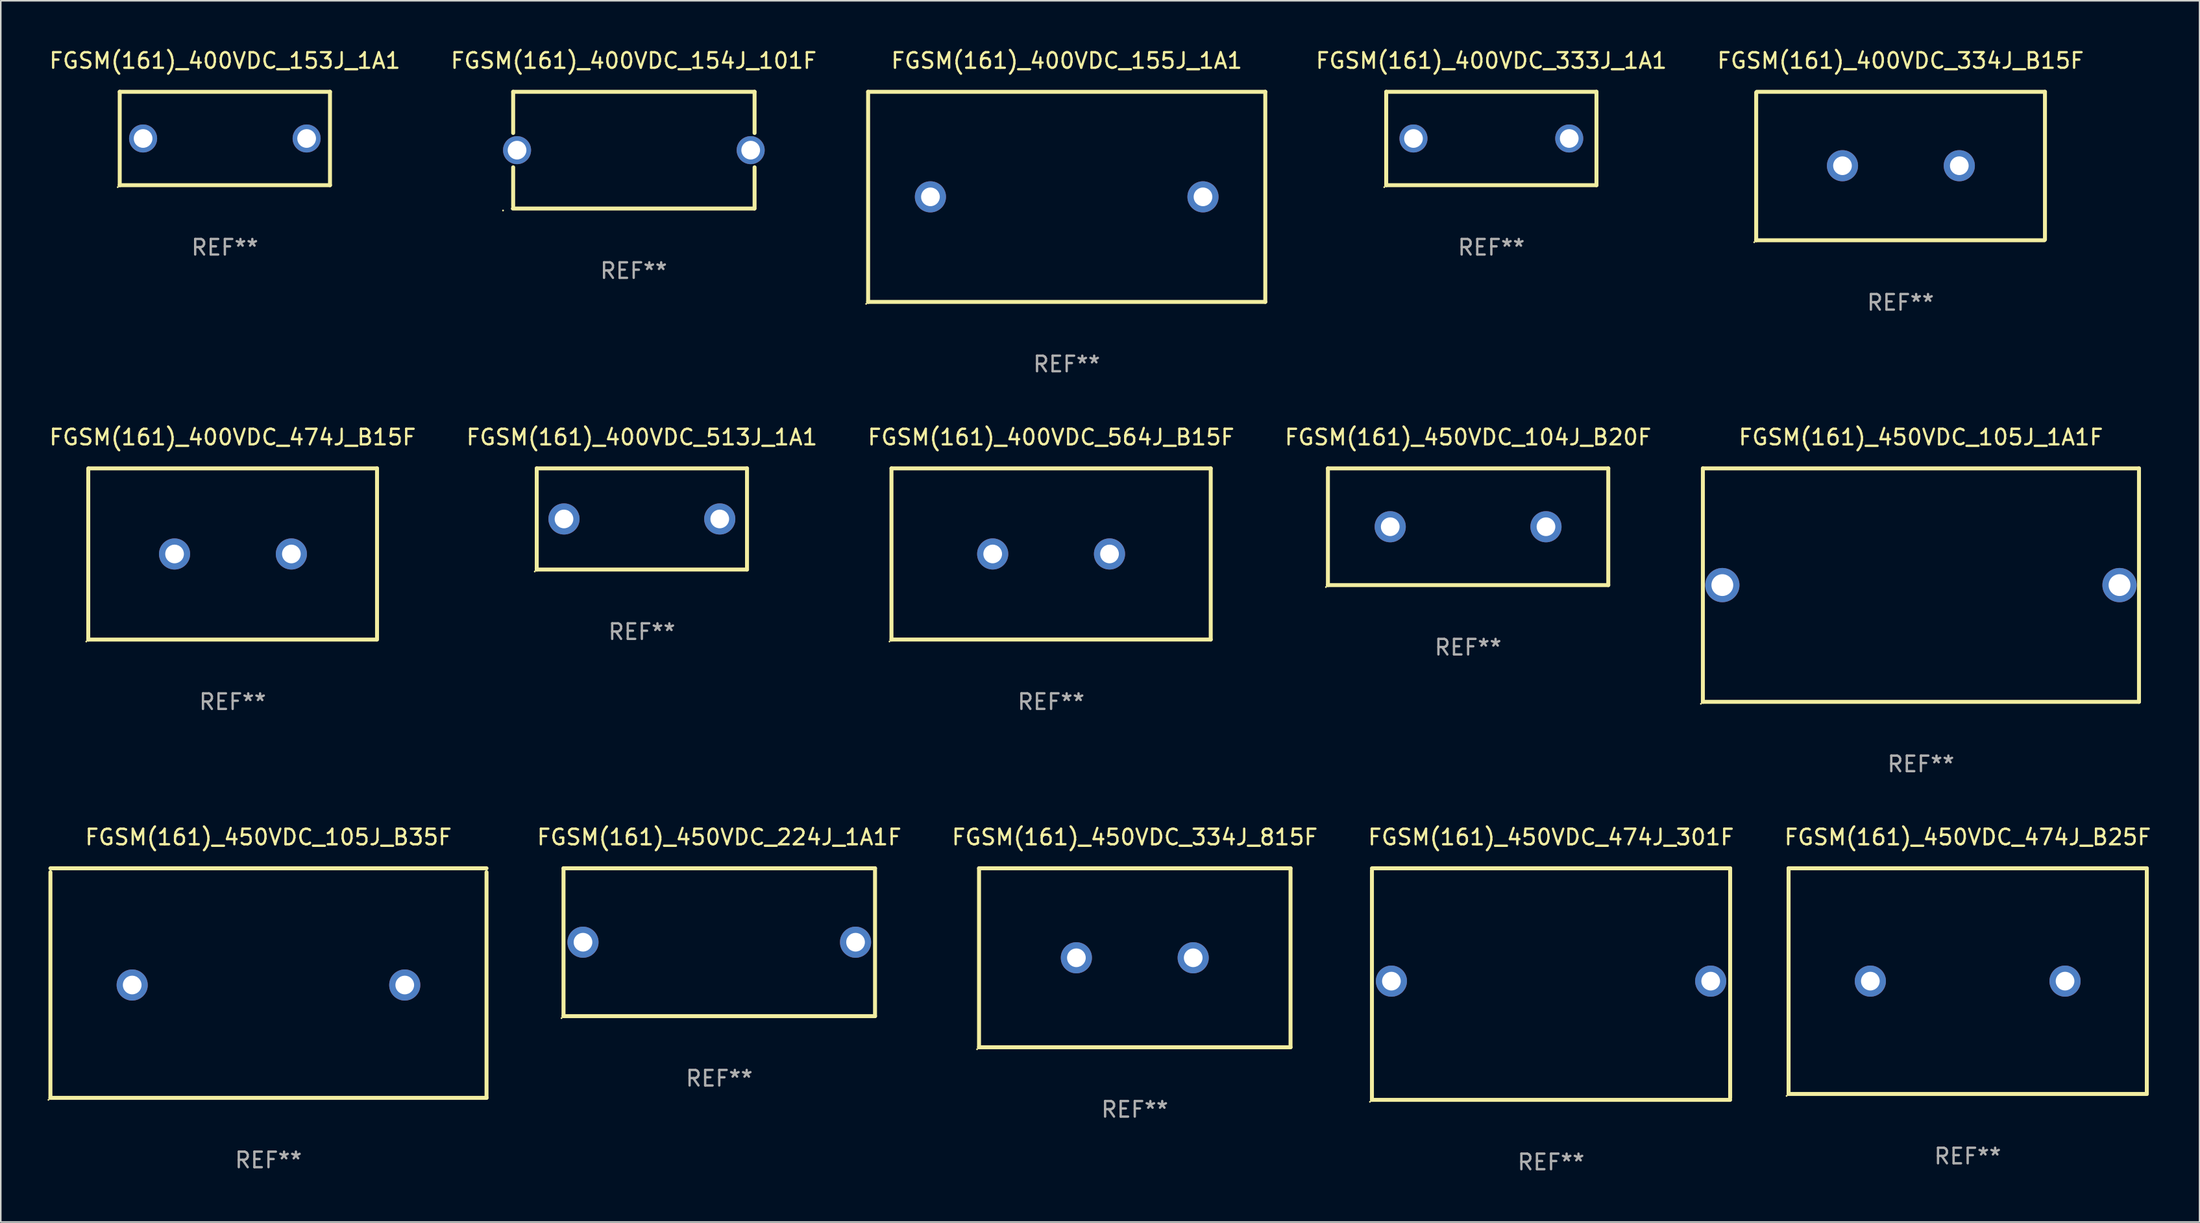
<source format=kicad_pcb>
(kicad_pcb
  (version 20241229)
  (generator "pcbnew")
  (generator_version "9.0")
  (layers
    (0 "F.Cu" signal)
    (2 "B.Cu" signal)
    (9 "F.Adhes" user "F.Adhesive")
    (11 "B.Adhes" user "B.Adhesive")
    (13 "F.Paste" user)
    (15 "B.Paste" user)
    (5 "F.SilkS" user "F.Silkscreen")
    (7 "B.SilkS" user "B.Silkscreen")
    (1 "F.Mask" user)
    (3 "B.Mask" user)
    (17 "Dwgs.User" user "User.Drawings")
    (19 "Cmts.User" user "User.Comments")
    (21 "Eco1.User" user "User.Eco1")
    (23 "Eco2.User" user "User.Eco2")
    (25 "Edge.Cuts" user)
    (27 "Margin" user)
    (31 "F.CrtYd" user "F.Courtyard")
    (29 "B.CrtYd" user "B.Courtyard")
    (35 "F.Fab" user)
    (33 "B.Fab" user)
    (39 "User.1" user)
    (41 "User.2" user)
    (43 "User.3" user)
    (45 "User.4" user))
  (footprint "FGSM(161)_450VDC_105J_B35F"
    (layer "F.Cu")
    (at 14.187 60.116)
    (property "Reference" "FGSM(161)_450VDC_105J_B35F" (at 0 -9.375 0) (layer "F.SilkS") (effects (font (size 1 1) (thickness 0.15))))
    (attr through_hole)
    (fp_line (start -14 -7.375) (end 14 -7.375) (stroke (width 0.254) (type solid)) (layer "F.SilkS"))
    (fp_line (start -14 7.375) (end -14 -7.125) (stroke (width 0.254) (type solid)) (layer "F.SilkS"))
    (fp_line (start 14 -7.125) (end 14 7.375) (stroke (width 0.254) (type solid)) (layer "F.SilkS"))
    (fp_line (start 14 7.375) (end -14 7.375) (stroke (width 0.254) (type solid)) (layer "F.SilkS"))
    (fp_circle (center -14.127 7.502) (end -14.097 7.502) (stroke (width 0.06) (type solid)) (fill no) (layer "F.SilkS"))
    (fp_text user "REF**" (at 0 11.375 0) (layer "F.Fab") (effects (font (size 1 1) (thickness 0.15))))
    (pad "1" thru_hole circle (at -8.75 0.125) (size 2 2) (drill 1.2) (layers "*.Cu" "*.Mask"))
    (pad "2" thru_hole circle (at 8.75 0.125) (size 2 2) (drill 1.2) (layers "*.Cu" "*.Mask")))
  (footprint "FGSM(161)_450VDC_474J_301F"
    (layer "F.Cu")
    (at 96.534 60.181)
    (property "Reference" "FGSM(161)_450VDC_474J_301F" (at 0 -9.439 0) (layer "F.SilkS") (effects (font (size 1 1) (thickness 0.15))))
    (attr through_hole)
    (fp_line (start -11.5 -7.439) (end 11.5 -7.439) (stroke (width 0.254) (type solid)) (layer "F.SilkS"))
    (fp_line (start -11.5 7.439) (end -11.5 -7.311) (stroke (width 0.254) (type solid)) (layer "F.SilkS"))
    (fp_line (start 11.5 -7.439) (end 11.5 7.311) (stroke (width 0.254) (type solid)) (layer "F.SilkS"))
    (fp_line (start 11.5 7.439) (end -11.5 7.439) (stroke (width 0.254) (type solid)) (layer "F.SilkS"))
    (fp_circle (center -11.627 7.566) (end -11.597 7.566) (stroke (width 0.06) (type solid)) (fill no) (layer "F.SilkS"))
    (fp_text user "REF**" (at 0 11.439 0) (layer "F.Fab") (effects (font (size 1 1) (thickness 0.15))))
    (pad "1" thru_hole circle (at -10.25 -0.189) (size 2 2) (drill 1.2) (layers "*.Cu" "*.Mask"))
    (pad "2" thru_hole circle (at 10.25 -0.189) (size 2 2) (drill 1.2) (layers "*.Cu" "*.Mask")))
  (footprint "FGSM(161)_400VDC_474J_B15F"
    (layer "F.Cu")
    (at 11.887 32.545)
    (property "Reference" "FGSM(161)_400VDC_474J_B15F" (at 0 -7.5 0) (layer "F.SilkS") (effects (font (size 1 1) (thickness 0.15))))
    (attr through_hole)
    (fp_line (start -9.27 5.5) (end -9.27 -5.5) (stroke (width 0.254) (type solid)) (layer "F.SilkS"))
    (fp_line (start -9.23 -5.5) (end 9.27 -5.5) (stroke (width 0.254) (type solid)) (layer "F.SilkS"))
    (fp_line (start 9.23 5.5) (end -9.27 5.5) (stroke (width 0.254) (type solid)) (layer "F.SilkS"))
    (fp_line (start 9.27 -5.5) (end 9.27 5.5) (stroke (width 0.254) (type solid)) (layer "F.SilkS"))
    (fp_circle (center -9.397 5.627) (end -9.367 5.627) (stroke (width 0.06) (type solid)) (fill no) (layer "F.SilkS"))
    (fp_text user "REF**" (at 0 9.5 0) (layer "F.Fab") (effects (font (size 1 1) (thickness 0.15))))
    (pad "1" thru_hole circle (at -3.73 0) (size 2 2) (drill 1.2) (layers "*.Cu" "*.Mask"))
    (pad "2" thru_hole circle (at 3.77 0) (size 2 2) (drill 1.2) (layers "*.Cu" "*.Mask")))
  (footprint "FGSM(161)_400VDC_513J_1A1"
    (layer "F.Cu")
    (at 38.161 30.295)
    (property "Reference" "FGSM(161)_400VDC_513J_1A1" (at 0 -5.25 0) (layer "F.SilkS") (effects (font (size 1 1) (thickness 0.15))))
    (attr through_hole)
    (fp_line (start -6.75 -3.25) (end 6.75 -3.25) (stroke (width 0.254) (type solid)) (layer "F.SilkS"))
    (fp_line (start -6.75 3.25) (end -6.75 -3.25) (stroke (width 0.254) (type solid)) (layer "F.SilkS"))
    (fp_line (start 6.75 -3.25) (end 6.75 3.25) (stroke (width 0.254) (type solid)) (layer "F.SilkS"))
    (fp_line (start 6.75 3.25) (end -6.75 3.25) (stroke (width 0.254) (type solid)) (layer "F.SilkS"))
    (fp_circle (center -6.877 3.377) (end -6.847 3.377) (stroke (width 0.06) (type solid)) (fill no) (layer "F.SilkS"))
    (fp_text user "REF**" (at 0 7.25 0) (layer "F.Fab") (effects (font (size 1 1) (thickness 0.15))))
    (pad "1" thru_hole circle (at -5 -0.000013) (size 2 2) (drill 1.2) (layers "*.Cu" "*.Mask"))
    (pad "2" thru_hole circle (at 5 -0.000013) (size 2 2) (drill 1.2) (layers "*.Cu" "*.Mask")))
  (footprint "FGSM(161)_450VDC_474J_B25F"
    (layer "F.Cu")
    (at 123.284 59.991)
    (property "Reference" "FGSM(161)_450VDC_474J_B25F" (at 0 -9.25 0) (layer "F.SilkS") (effects (font (size 1 1) (thickness 0.15))))
    (attr through_hole)
    (fp_line (start -11.5 -7.25) (end 11.5 -7.25) (stroke (width 0.254) (type solid)) (layer "F.SilkS"))
    (fp_line (start -11.5 7.25) (end -11.5 -7.25) (stroke (width 0.254) (type solid)) (layer "F.SilkS"))
    (fp_line (start 11.5 -7.25) (end 11.5 7.25) (stroke (width 0.254) (type solid)) (layer "F.SilkS"))
    (fp_line (start 11.5 7.25) (end -11.5 7.25) (stroke (width 0.254) (type solid)) (layer "F.SilkS"))
    (fp_circle (center -11.627 7.377) (end -11.597 7.377) (stroke (width 0.06) (type solid)) (fill no) (layer "F.SilkS"))
    (fp_text user "REF**" (at 0 11.25 0) (layer "F.Fab") (effects (font (size 1 1) (thickness 0.15))))
    (pad "1" thru_hole circle (at -6.25 -0.000013) (size 2 2) (drill 1.2) (layers "*.Cu" "*.Mask"))
    (pad "2" thru_hole circle (at 6.25 -0.000013) (size 2 2) (drill 1.2) (layers "*.Cu" "*.Mask")))
  (footprint "FGSM(161)_400VDC_334J_B15F"
    (layer "F.Cu")
    (at 118.975 7.618)
    (property "Reference" "FGSM(161)_400VDC_334J_B15F" (at 0 -6.77 0) (layer "F.SilkS") (effects (font (size 1 1) (thickness 0.15))))
    (attr through_hole)
    (fp_line (start -9.27 4.77) (end -9.27 -4.73) (stroke (width 0.254) (type solid)) (layer "F.SilkS"))
    (fp_line (start -9.23 -4.77) (end 9.27 -4.77) (stroke (width 0.254) (type solid)) (layer "F.SilkS"))
    (fp_line (start 9.23 4.77) (end -9.27 4.77) (stroke (width 0.254) (type solid)) (layer "F.SilkS"))
    (fp_line (start 9.27 -4.77) (end 9.27 4.73) (stroke (width 0.254) (type solid)) (layer "F.SilkS"))
    (fp_circle (center -9.397 4.897) (end -9.367 4.897) (stroke (width 0.06) (type solid)) (fill no) (layer "F.SilkS"))
    (fp_text user "REF**" (at 0 8.77 0) (layer "F.Fab") (effects (font (size 1 1) (thickness 0.15))))
    (pad "1" thru_hole circle (at -3.73 -0.02) (size 2 2) (drill 1.2) (layers "*.Cu" "*.Mask"))
    (pad "2" thru_hole circle (at 3.77 -0.02) (size 2 2) (drill 1.2) (layers "*.Cu" "*.Mask")))
  (footprint "FGSM(161)_400VDC_155J_1A1"
    (layer "F.Cu")
    (at 65.437 9.598)
    (property "Reference" "FGSM(161)_400VDC_155J_1A1" (at 0 -8.75 0) (layer "F.SilkS") (effects (font (size 1 1) (thickness 0.15))))
    (attr through_hole)
    (fp_line (start -12.75 -6.75) (end 12.75 -6.75) (stroke (width 0.254) (type solid)) (layer "F.SilkS"))
    (fp_line (start -12.75 6.75) (end -12.75 -6.75) (stroke (width 0.254) (type solid)) (layer "F.SilkS"))
    (fp_line (start 12.75 -6.75) (end 12.75 6.75) (stroke (width 0.254) (type solid)) (layer "F.SilkS"))
    (fp_line (start 12.75 6.75) (end -12.75 6.75) (stroke (width 0.254) (type solid)) (layer "F.SilkS"))
    (fp_circle (center -12.877 6.877) (end -12.847 6.877) (stroke (width 0.06) (type solid)) (fill no) (layer "F.SilkS"))
    (fp_text user "REF**" (at 0 10.75 0) (layer "F.Fab") (effects (font (size 1 1) (thickness 0.15))))
    (pad "1" thru_hole circle (at -8.75 0) (size 2 2) (drill 1.2) (layers "*.Cu" "*.Mask"))
    (pad "2" thru_hole circle (at 8.75 0) (size 2 2) (drill 1.2) (layers "*.Cu" "*.Mask")))
  (footprint "FGSM(161)_450VDC_105J_1A1F"
    (layer "F.Cu")
    (at 120.282 34.545)
    (property "Reference" "FGSM(161)_450VDC_105J_1A1F" (at 0 -9.5 0) (layer "F.SilkS") (effects (font (size 1 1) (thickness 0.15))))
    (attr through_hole)
    (fp_line (start -14 -7.5) (end 14 -7.5) (stroke (width 0.254) (type solid)) (layer "F.SilkS"))
    (fp_line (start -14 7.5) (end -14 -7.5) (stroke (width 0.254) (type solid)) (layer "F.SilkS"))
    (fp_line (start 14 -7.5) (end 14 7.5) (stroke (width 0.254) (type solid)) (layer "F.SilkS"))
    (fp_line (start 14 7.5) (end -14 7.5) (stroke (width 0.254) (type solid)) (layer "F.SilkS"))
    (fp_circle (center -14.127 7.627) (end -14.097 7.627) (stroke (width 0.06) (type solid)) (fill no) (layer "F.SilkS"))
    (fp_text user "REF**" (at 0 11.5 0) (layer "F.Fab") (effects (font (size 1 1) (thickness 0.15))))
    (pad "1" thru_hole circle (at -12.75 0) (size 2.2 2.2) (drill 1.4) (layers "*.Cu" "*.Mask"))
    (pad "2" thru_hole circle (at 12.75 0) (size 2.2 2.2) (drill 1.4) (layers "*.Cu" "*.Mask")))
  (footprint "FGSM(161)_450VDC_224J_1A1F"
    (layer "F.Cu")
    (at 43.13 57.491)
    (property "Reference" "FGSM(161)_450VDC_224J_1A1F" (at 0 -6.75 0) (layer "F.SilkS") (effects (font (size 1 1) (thickness 0.15))))
    (attr through_hole)
    (fp_line (start -10 -4.75) (end 10 -4.75) (stroke (width 0.254) (type solid)) (layer "F.SilkS"))
    (fp_line (start -10 4.75) (end -10 -4.75) (stroke (width 0.254) (type solid)) (layer "F.SilkS"))
    (fp_line (start 10 -4.75) (end 10 4.75) (stroke (width 0.254) (type solid)) (layer "F.SilkS"))
    (fp_line (start 10 4.75) (end -10 4.75) (stroke (width 0.254) (type solid)) (layer "F.SilkS"))
    (fp_circle (center -10.127 4.877) (end -10.097 4.877) (stroke (width 0.06) (type solid)) (fill no) (layer "F.SilkS"))
    (fp_text user "REF**" (at 0 8.75 0) (layer "F.Fab") (effects (font (size 1 1) (thickness 0.15))))
    (pad "1" thru_hole circle (at -8.75 0) (size 2 2) (drill 1.2) (layers "*.Cu" "*.Mask"))
    (pad "2" thru_hole circle (at 8.75 0) (size 2 2) (drill 1.2) (layers "*.Cu" "*.Mask")))
  (footprint "FGSM(161)_400VDC_153J_1A1"
    (layer "F.Cu")
    (at 11.387 5.848)
    (property "Reference" "FGSM(161)_400VDC_153J_1A1" (at 0 -5 0) (layer "F.SilkS") (effects (font (size 1 1) (thickness 0.15))))
    (attr through_hole)
    (fp_line (start -6.75 -3) (end 6.75 -3) (stroke (width 0.254) (type solid)) (layer "F.SilkS"))
    (fp_line (start -6.75 3) (end -6.75 -3) (stroke (width 0.254) (type solid)) (layer "F.SilkS"))
    (fp_line (start 6.75 -3) (end 6.75 3) (stroke (width 0.254) (type solid)) (layer "F.SilkS"))
    (fp_line (start 6.75 3) (end -6.75 3) (stroke (width 0.254) (type solid)) (layer "F.SilkS"))
    (fp_circle (center -6.877 3.127) (end -6.847 3.127) (stroke (width 0.06) (type solid)) (fill no) (layer "F.SilkS"))
    (fp_text user "REF**" (at 0 7 0) (layer "F.Fab") (effects (font (size 1 1) (thickness 0.15))))
    (pad "1" thru_hole circle (at -5.25 0) (size 1.8 1.8) (drill 1.2) (layers "*.Cu" "*.Mask"))
    (pad "2" thru_hole circle (at 5.25 0) (size 1.8 1.8) (drill 1.2) (layers "*.Cu" "*.Mask")))
  (footprint "FGSM(161)_450VDC_334J_815F"
    (layer "F.Cu")
    (at 69.808 58.491)
    (property "Reference" "FGSM(161)_450VDC_334J_815F" (at 0 -7.75 0) (layer "F.SilkS") (effects (font (size 1 1) (thickness 0.15))))
    (attr through_hole)
    (fp_line (start -10 -5.75) (end 10 -5.75) (stroke (width 0.254) (type solid)) (layer "F.SilkS"))
    (fp_line (start -10 5.75) (end -10 -5.75) (stroke (width 0.254) (type solid)) (layer "F.SilkS"))
    (fp_line (start 10 -5.75) (end 10 5.75) (stroke (width 0.254) (type solid)) (layer "F.SilkS"))
    (fp_line (start 10 5.75) (end -10 5.75) (stroke (width 0.254) (type solid)) (layer "F.SilkS"))
    (fp_circle (center -10.127 5.877) (end -10.097 5.877) (stroke (width 0.06) (type solid)) (fill no) (layer "F.SilkS"))
    (fp_text user "REF**" (at 0 9.75 0) (layer "F.Fab") (effects (font (size 1 1) (thickness 0.15))))
    (pad "1" thru_hole circle (at -3.75 0) (size 2 2) (drill 1.2) (layers "*.Cu" "*.Mask"))
    (pad "2" thru_hole circle (at 3.75 0) (size 2 2) (drill 1.2) (layers "*.Cu" "*.Mask")))
  (footprint "FGSM(161)_400VDC_564J_B15F"
    (layer "F.Cu")
    (at 64.435 32.544)
    (property "Reference" "FGSM(161)_400VDC_564J_B15F" (at 0 -7.499 0) (layer "F.SilkS") (effects (font (size 1 1) (thickness 0.15))))
    (attr through_hole)
    (fp_line (start -10.249 -5.499) (end 10.249 -5.499) (stroke (width 0.254) (type solid)) (layer "F.SilkS"))
    (fp_line (start -10.249 5.499) (end -10.249 -5.499) (stroke (width 0.254) (type solid)) (layer "F.SilkS"))
    (fp_line (start 10.249 -5.499) (end 10.249 5.499) (stroke (width 0.254) (type solid)) (layer "F.SilkS"))
    (fp_line (start 10.249 5.499) (end -10.249 5.499) (stroke (width 0.254) (type solid)) (layer "F.SilkS"))
    (fp_circle (center -10.376 5.626) (end -10.346 5.626) (stroke (width 0.06) (type solid)) (fill no) (layer "F.SilkS"))
    (fp_text user "REF**" (at 0 9.499 0) (layer "F.Fab") (effects (font (size 1 1) (thickness 0.15))))
    (pad "1" thru_hole circle (at -3.75 0) (size 2 2) (drill 1.2) (layers "*.Cu" "*.Mask"))
    (pad "2" thru_hole circle (at 3.75 0) (size 2 2) (drill 1.2) (layers "*.Cu" "*.Mask")))
  (footprint "FGSM(161)_450VDC_104J_B20F"
    (layer "F.Cu")
    (at 91.208 30.795)
    (property "Reference" "FGSM(161)_450VDC_104J_B20F" (at 0 -5.75 0) (layer "F.SilkS") (effects (font (size 1 1) (thickness 0.15))))
    (attr through_hole)
    (fp_line (start -9 -3.75) (end 9 -3.75) (stroke (width 0.254) (type solid)) (layer "F.SilkS"))
    (fp_line (start -9 3.75) (end -9 -3.75) (stroke (width 0.254) (type solid)) (layer "F.SilkS"))
    (fp_line (start 9 -3.75) (end 9 3.75) (stroke (width 0.254) (type solid)) (layer "F.SilkS"))
    (fp_line (start 9 3.75) (end -9 3.75) (stroke (width 0.254) (type solid)) (layer "F.SilkS"))
    (fp_circle (center -9.127 3.877) (end -9.097 3.877) (stroke (width 0.06) (type solid)) (fill no) (layer "F.SilkS"))
    (fp_text user "REF**" (at 0 7.75 0) (layer "F.Fab") (effects (font (size 1 1) (thickness 0.15))))
    (pad "1" thru_hole circle (at -5 -0.000013) (size 2 2) (drill 1.2) (layers "*.Cu" "*.Mask"))
    (pad "2" thru_hole circle (at 5 -0.000013) (size 2 2) (drill 1.2) (layers "*.Cu" "*.Mask")))
  (footprint "FGSM(161)_400VDC_333J_1A1"
    (layer "F.Cu")
    (at 92.701 5.848)
    (property "Reference" "FGSM(161)_400VDC_333J_1A1" (at 0 -5 0) (layer "F.SilkS") (effects (font (size 1 1) (thickness 0.15))))
    (attr through_hole)
    (fp_line (start -6.75 -3) (end 6.75 -3) (stroke (width 0.254) (type solid)) (layer "F.SilkS"))
    (fp_line (start -6.75 3) (end -6.75 -3) (stroke (width 0.254) (type solid)) (layer "F.SilkS"))
    (fp_line (start 6.75 -3) (end 6.75 3) (stroke (width 0.254) (type solid)) (layer "F.SilkS"))
    (fp_line (start 6.75 3) (end -6.75 3) (stroke (width 0.254) (type solid)) (layer "F.SilkS"))
    (fp_circle (center -6.877 3.127) (end -6.847 3.127) (stroke (width 0.06) (type solid)) (fill no) (layer "F.SilkS"))
    (fp_text user "REF**" (at 0 7 0) (layer "F.Fab") (effects (font (size 1 1) (thickness 0.15))))
    (pad "1" thru_hole circle (at -5 0) (size 1.8 1.8) (drill 1.2) (layers "*.Cu" "*.Mask"))
    (pad "2" thru_hole circle (at 5 0) (size 1.8 1.8) (drill 1.2) (layers "*.Cu" "*.Mask")))
  (footprint "FGSM(161)_400VDC_154J_101F"
    (layer "F.Cu")
    (at 37.637 6.598)
    (property "Reference" "FGSM(161)_400VDC_154J_101F" (at 0 -5.75 0) (layer "F.SilkS") (effects (font (size 1 1) (thickness 0.15))))
    (attr through_hole)
    (fp_line (start -7.74 -3.75) (end -7.74 -1.103) (stroke (width 0.254) (type solid)) (layer "F.SilkS"))
    (fp_line (start -7.74 -3.75) (end 7.76 -3.75) (stroke (width 0.254) (type solid)) (layer "F.SilkS"))
    (fp_line (start -7.74 1.103) (end -7.74 3.6) (stroke (width 0.254) (type solid)) (layer "F.SilkS"))
    (fp_line (start 7.74 3.75) (end -7.76 3.75) (stroke (width 0.254) (type solid)) (layer "F.SilkS"))
    (fp_line (start 7.76 -3.75) (end 7.76 -1.103) (stroke (width 0.254) (type solid)) (layer "F.SilkS"))
    (fp_line (start 7.76 1.103) (end 7.76 3.75) (stroke (width 0.254) (type solid)) (layer "F.SilkS"))
    (fp_circle (center -8.39 3.877) (end -8.36 3.877) (stroke (width 0.06) (type solid)) (fill no) (layer "F.SilkS"))
    (fp_text user "REF**" (at 0 7.75 0) (layer "F.Fab") (effects (font (size 1 1) (thickness 0.15))))
    (pad "1" thru_hole circle (at -7.49 0) (size 1.8 1.8) (drill 1.2) (layers "*.Cu" "*.Mask"))
    (pad "2" thru_hole circle (at 7.51 0) (size 1.8 1.8) (drill 1.2) (layers "*.Cu" "*.Mask")))
  (gr_rect
    (start -3 -3)
    (end 138.171 75.469)
    (stroke (width 0.1) (type default))
    (fill no)
    (layer "Edge.Cuts")))
</source>
